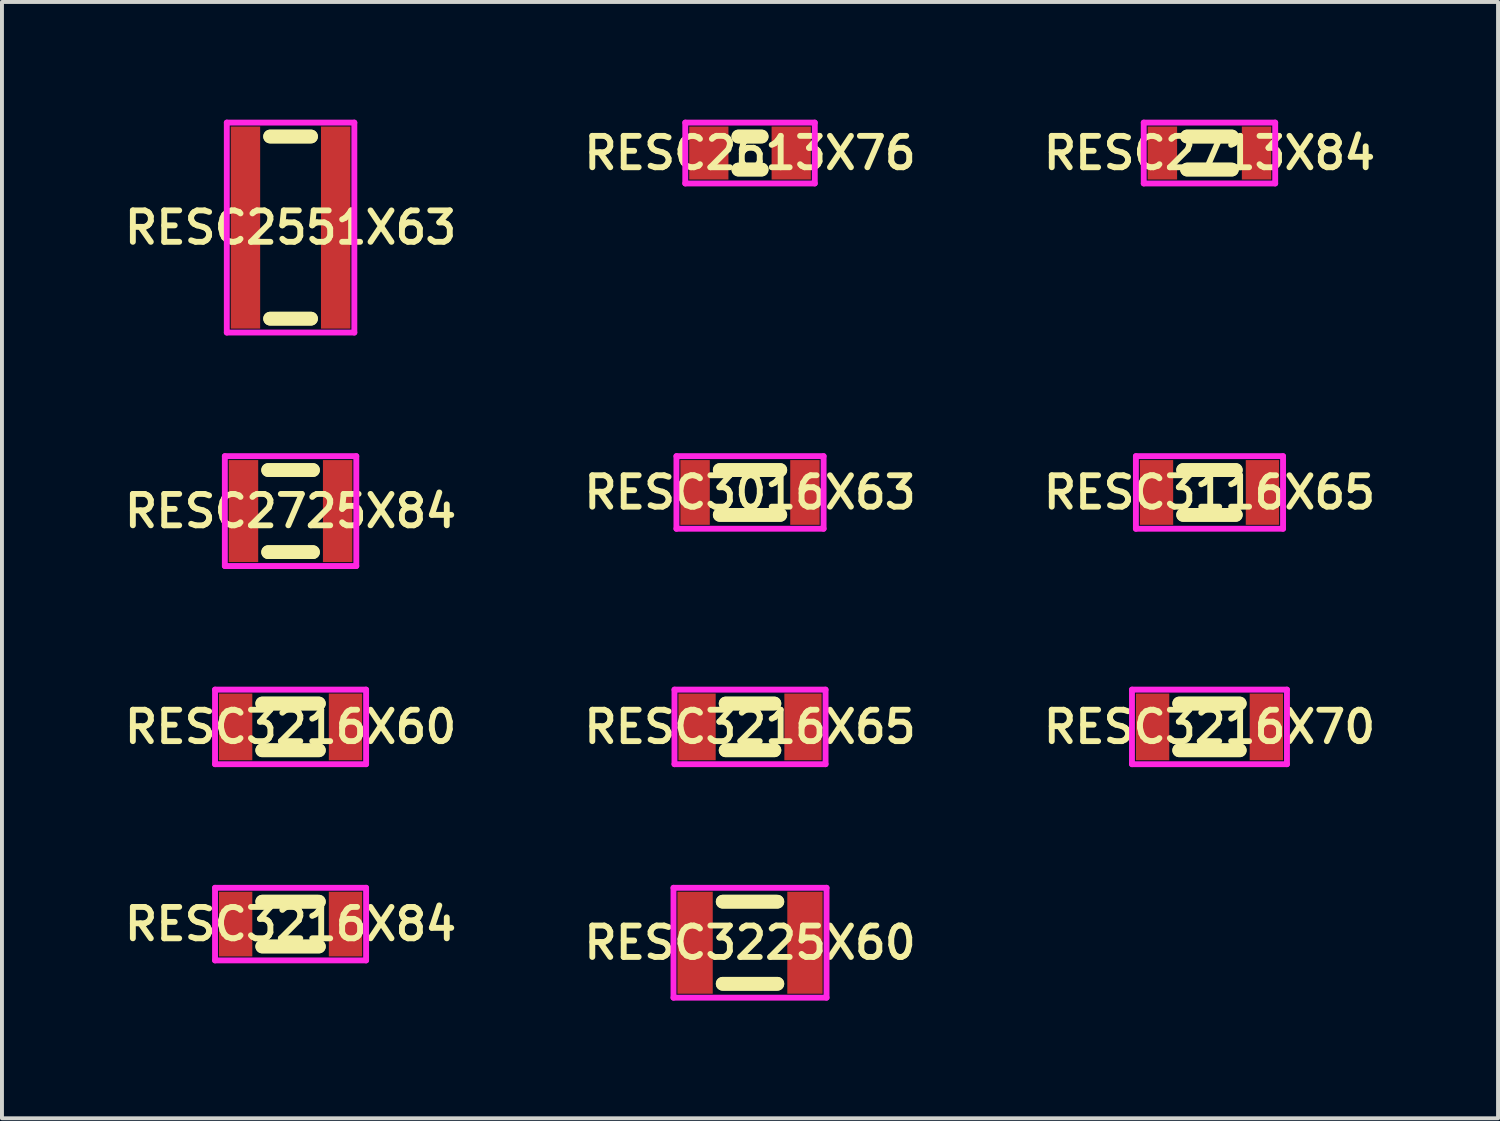
<source format=kicad_pcb>
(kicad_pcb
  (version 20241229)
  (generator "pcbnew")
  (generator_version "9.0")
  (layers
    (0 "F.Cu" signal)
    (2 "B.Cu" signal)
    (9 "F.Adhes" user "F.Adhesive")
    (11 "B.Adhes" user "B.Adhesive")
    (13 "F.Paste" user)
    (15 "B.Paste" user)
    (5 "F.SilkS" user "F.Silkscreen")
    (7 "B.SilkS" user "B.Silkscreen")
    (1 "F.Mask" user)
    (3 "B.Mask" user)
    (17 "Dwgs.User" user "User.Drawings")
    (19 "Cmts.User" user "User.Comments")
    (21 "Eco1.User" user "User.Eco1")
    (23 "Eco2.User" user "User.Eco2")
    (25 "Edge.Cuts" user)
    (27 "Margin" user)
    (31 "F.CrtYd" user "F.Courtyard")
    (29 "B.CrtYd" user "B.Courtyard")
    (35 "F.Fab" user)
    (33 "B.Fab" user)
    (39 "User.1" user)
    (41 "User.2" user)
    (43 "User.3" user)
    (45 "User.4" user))
  (footprint "RESC3216X84"
    (layer "F.Cu")
    (at 4.355 20.5)
    (property "Reference" "RESC3216X84" (at 0 0 0) (layer "F.SilkS") (effects (font (size 0.8 0.8) (thickness 0.15))))
    (attr smd)
    (fp_line (start -0.721 -0.571) (end 0.721 -0.571) (stroke (width 0.35) (type solid)) (layer "F.SilkS"))
    (fp_line (start -0.721 0.571) (end 0.721 0.571) (stroke (width 0.35) (type solid)) (layer "F.SilkS"))
    (fp_line (start 0.721 -0.571) (end -0.721 -0.571) (stroke (width 0.35) (type solid)) (layer "F.SilkS"))
    (fp_line (start 0.721 0.571) (end -0.721 0.571) (stroke (width 0.35) (type solid)) (layer "F.SilkS"))
    (fp_line (start -1.925 -0.925) (end 1.925 -0.925) (stroke (width 0.15) (type solid)) (layer "F.CrtYd"))
    (fp_line (start -1.925 0.925) (end -1.925 -0.925) (stroke (width 0.15) (type solid)) (layer "F.CrtYd"))
    (fp_line (start 1.925 -0.925) (end 1.925 0.925) (stroke (width 0.15) (type solid)) (layer "F.CrtYd"))
    (fp_line (start 1.925 0.925) (end -1.925 0.925) (stroke (width 0.15) (type solid)) (layer "F.CrtYd"))
    (pad "1" smd rect (at -1.4 0) (size 0.85 1.65) (layers "F.Cu" "F.Mask" "F.Paste"))
    (pad "2" smd rect (at 1.4 0) (size 0.85 1.65) (layers "F.Cu" "F.Mask" "F.Paste")))
  (footprint "RESC3216X70"
    (layer "F.Cu")
    (at 27.773 15.475)
    (property "Reference" "RESC3216X70" (at 0 0 0) (layer "F.SilkS") (effects (font (size 0.8 0.8) (thickness 0.15))))
    (attr smd)
    (fp_line (start -0.771 -0.596) (end 0.771 -0.596) (stroke (width 0.35) (type solid)) (layer "F.SilkS"))
    (fp_line (start -0.771 0.596) (end 0.771 0.596) (stroke (width 0.35) (type solid)) (layer "F.SilkS"))
    (fp_line (start 0.771 -0.596) (end -0.771 -0.596) (stroke (width 0.35) (type solid)) (layer "F.SilkS"))
    (fp_line (start 0.771 0.596) (end -0.771 0.596) (stroke (width 0.35) (type solid)) (layer "F.SilkS"))
    (fp_line (start -1.975 -0.95) (end 1.975 -0.95) (stroke (width 0.15) (type solid)) (layer "F.CrtYd"))
    (fp_line (start -1.975 0.95) (end -1.975 -0.95) (stroke (width 0.15) (type solid)) (layer "F.CrtYd"))
    (fp_line (start 1.975 -0.95) (end 1.975 0.95) (stroke (width 0.15) (type solid)) (layer "F.CrtYd"))
    (fp_line (start 1.975 0.95) (end -1.975 0.95) (stroke (width 0.15) (type solid)) (layer "F.CrtYd"))
    (pad "1" smd rect (at -1.45 0) (size 0.85 1.7) (layers "F.Cu" "F.Mask" "F.Paste"))
    (pad "2" smd rect (at 1.45 0) (size 0.85 1.7) (layers "F.Cu" "F.Mask" "F.Paste")))
  (footprint "RESC3216X60"
    (layer "F.Cu")
    (at 4.355 15.475)
    (property "Reference" "RESC3216X60" (at 0 0 0) (layer "F.SilkS") (effects (font (size 0.8 0.8) (thickness 0.15))))
    (attr smd)
    (fp_line (start -0.721 -0.596) (end 0.721 -0.596) (stroke (width 0.35) (type solid)) (layer "F.SilkS"))
    (fp_line (start -0.721 0.596) (end 0.721 0.596) (stroke (width 0.35) (type solid)) (layer "F.SilkS"))
    (fp_line (start 0.721 -0.596) (end -0.721 -0.596) (stroke (width 0.35) (type solid)) (layer "F.SilkS"))
    (fp_line (start 0.721 0.596) (end -0.721 0.596) (stroke (width 0.35) (type solid)) (layer "F.SilkS"))
    (fp_line (start -1.925 -0.95) (end 1.925 -0.95) (stroke (width 0.15) (type solid)) (layer "F.CrtYd"))
    (fp_line (start -1.925 0.95) (end -1.925 -0.95) (stroke (width 0.15) (type solid)) (layer "F.CrtYd"))
    (fp_line (start 1.925 -0.95) (end 1.925 0.95) (stroke (width 0.15) (type solid)) (layer "F.CrtYd"))
    (fp_line (start 1.925 0.95) (end -1.925 0.95) (stroke (width 0.15) (type solid)) (layer "F.CrtYd"))
    (pad "1" smd rect (at -1.4 0) (size 0.85 1.7) (layers "F.Cu" "F.Mask" "F.Paste"))
    (pad "2" smd rect (at 1.4 0) (size 0.85 1.7) (layers "F.Cu" "F.Mask" "F.Paste")))
  (footprint "RESC2713X84"
    (layer "F.Cu")
    (at 27.773 0.85)
    (property "Reference" "RESC2713X84" (at 0 0 0) (layer "F.SilkS") (effects (font (size 0.8 0.8) (thickness 0.15))))
    (attr smd)
    (fp_line (start -0.571 -0.421) (end 0.571 -0.421) (stroke (width 0.35) (type solid)) (layer "F.SilkS"))
    (fp_line (start -0.571 0.421) (end 0.571 0.421) (stroke (width 0.35) (type solid)) (layer "F.SilkS"))
    (fp_line (start 0.571 -0.421) (end -0.571 -0.421) (stroke (width 0.35) (type solid)) (layer "F.SilkS"))
    (fp_line (start 0.571 0.421) (end -0.571 0.421) (stroke (width 0.35) (type solid)) (layer "F.SilkS"))
    (fp_line (start -1.675 -0.775) (end 1.675 -0.775) (stroke (width 0.15) (type solid)) (layer "F.CrtYd"))
    (fp_line (start -1.675 0.775) (end -1.675 -0.775) (stroke (width 0.15) (type solid)) (layer "F.CrtYd"))
    (fp_line (start 1.675 -0.775) (end 1.675 0.775) (stroke (width 0.15) (type solid)) (layer "F.CrtYd"))
    (fp_line (start 1.675 0.775) (end -1.675 0.775) (stroke (width 0.15) (type solid)) (layer "F.CrtYd"))
    (pad "1" smd rect (at -1.2 0) (size 0.75 1.35) (layers "F.Cu" "F.Mask" "F.Paste"))
    (pad "2" smd rect (at 1.2 0) (size 0.75 1.35) (layers "F.Cu" "F.Mask" "F.Paste")))
  (footprint "RESC3016X63"
    (layer "F.Cu")
    (at 16.064 9.5)
    (property "Reference" "RESC3016X63" (at 0 0 0) (layer "F.SilkS") (effects (font (size 0.8 0.8) (thickness 0.15))))
    (attr smd)
    (fp_line (start -0.771 -0.571) (end 0.771 -0.571) (stroke (width 0.35) (type solid)) (layer "F.SilkS"))
    (fp_line (start -0.771 0.571) (end 0.771 0.571) (stroke (width 0.35) (type solid)) (layer "F.SilkS"))
    (fp_line (start 0.771 -0.571) (end -0.771 -0.571) (stroke (width 0.35) (type solid)) (layer "F.SilkS"))
    (fp_line (start 0.771 0.571) (end -0.771 0.571) (stroke (width 0.35) (type solid)) (layer "F.SilkS"))
    (fp_line (start -1.875 -0.925) (end 1.875 -0.925) (stroke (width 0.15) (type solid)) (layer "F.CrtYd"))
    (fp_line (start -1.875 0.925) (end -1.875 -0.925) (stroke (width 0.15) (type solid)) (layer "F.CrtYd"))
    (fp_line (start 1.875 -0.925) (end 1.875 0.925) (stroke (width 0.15) (type solid)) (layer "F.CrtYd"))
    (fp_line (start 1.875 0.925) (end -1.875 0.925) (stroke (width 0.15) (type solid)) (layer "F.CrtYd"))
    (pad "1" smd rect (at -1.4 0) (size 0.75 1.65) (layers "F.Cu" "F.Mask" "F.Paste"))
    (pad "2" smd rect (at 1.4 0) (size 0.75 1.65) (layers "F.Cu" "F.Mask" "F.Paste")))
  (footprint "RESC2613X76"
    (layer "F.Cu")
    (at 16.064 0.85)
    (property "Reference" "RESC2613X76" (at 0 0 0) (layer "F.SilkS") (effects (font (size 0.8 0.8) (thickness 0.15))))
    (attr smd)
    (fp_line (start -0.296 -0.421) (end 0.296 -0.421) (stroke (width 0.35) (type solid)) (layer "F.SilkS"))
    (fp_line (start -0.296 0.421) (end 0.296 0.421) (stroke (width 0.35) (type solid)) (layer "F.SilkS"))
    (fp_line (start 0.296 -0.421) (end -0.296 -0.421) (stroke (width 0.35) (type solid)) (layer "F.SilkS"))
    (fp_line (start 0.296 0.421) (end -0.296 0.421) (stroke (width 0.35) (type solid)) (layer "F.SilkS"))
    (fp_line (start -1.65 -0.775) (end 1.65 -0.775) (stroke (width 0.15) (type solid)) (layer "F.CrtYd"))
    (fp_line (start -1.65 0.775) (end -1.65 -0.775) (stroke (width 0.15) (type solid)) (layer "F.CrtYd"))
    (fp_line (start 1.65 -0.775) (end 1.65 0.775) (stroke (width 0.15) (type solid)) (layer "F.CrtYd"))
    (fp_line (start 1.65 0.775) (end -1.65 0.775) (stroke (width 0.15) (type solid)) (layer "F.CrtYd"))
    (pad "1" smd rect (at -1.05 0) (size 1 1.35) (layers "F.Cu" "F.Mask" "F.Paste"))
    (pad "2" smd rect (at 1.05 0) (size 1 1.35) (layers "F.Cu" "F.Mask" "F.Paste")))
  (footprint "RESC3225X60"
    (layer "F.Cu")
    (at 16.064 20.975)
    (property "Reference" "RESC3225X60" (at 0 0 0) (layer "F.SilkS") (effects (font (size 0.8 0.8) (thickness 0.15))))
    (attr smd)
    (fp_line (start -0.696 -1.046) (end 0.696 -1.046) (stroke (width 0.35) (type solid)) (layer "F.SilkS"))
    (fp_line (start -0.696 1.046) (end 0.696 1.046) (stroke (width 0.35) (type solid)) (layer "F.SilkS"))
    (fp_line (start 0.696 -1.046) (end -0.696 -1.046) (stroke (width 0.35) (type solid)) (layer "F.SilkS"))
    (fp_line (start 0.696 1.046) (end -0.696 1.046) (stroke (width 0.35) (type solid)) (layer "F.SilkS"))
    (fp_line (start -1.95 -1.4) (end 1.95 -1.4) (stroke (width 0.15) (type solid)) (layer "F.CrtYd"))
    (fp_line (start -1.95 1.4) (end -1.95 -1.4) (stroke (width 0.15) (type solid)) (layer "F.CrtYd"))
    (fp_line (start 1.95 -1.4) (end 1.95 1.4) (stroke (width 0.15) (type solid)) (layer "F.CrtYd"))
    (fp_line (start 1.95 1.4) (end -1.95 1.4) (stroke (width 0.15) (type solid)) (layer "F.CrtYd"))
    (pad "1" smd rect (at -1.4 0) (size 0.9 2.6) (layers "F.Cu" "F.Mask" "F.Paste"))
    (pad "2" smd rect (at 1.4 0) (size 0.9 2.6) (layers "F.Cu" "F.Mask" "F.Paste")))
  (footprint "RESC3116X65"
    (layer "F.Cu")
    (at 27.773 9.5)
    (property "Reference" "RESC3116X65" (at 0 0 0) (layer "F.SilkS") (effects (font (size 0.8 0.8) (thickness 0.15))))
    (attr smd)
    (fp_line (start -0.671 -0.571) (end 0.671 -0.571) (stroke (width 0.35) (type solid)) (layer "F.SilkS"))
    (fp_line (start -0.671 0.571) (end 0.671 0.571) (stroke (width 0.35) (type solid)) (layer "F.SilkS"))
    (fp_line (start 0.671 -0.571) (end -0.671 -0.571) (stroke (width 0.35) (type solid)) (layer "F.SilkS"))
    (fp_line (start 0.671 0.571) (end -0.671 0.571) (stroke (width 0.35) (type solid)) (layer "F.SilkS"))
    (fp_line (start -1.875 -0.925) (end 1.875 -0.925) (stroke (width 0.15) (type solid)) (layer "F.CrtYd"))
    (fp_line (start -1.875 0.925) (end -1.875 -0.925) (stroke (width 0.15) (type solid)) (layer "F.CrtYd"))
    (fp_line (start 1.875 -0.925) (end 1.875 0.925) (stroke (width 0.15) (type solid)) (layer "F.CrtYd"))
    (fp_line (start 1.875 0.925) (end -1.875 0.925) (stroke (width 0.15) (type solid)) (layer "F.CrtYd"))
    (pad "1" smd rect (at -1.35 0) (size 0.85 1.65) (layers "F.Cu" "F.Mask" "F.Paste"))
    (pad "2" smd rect (at 1.35 0) (size 0.85 1.65) (layers "F.Cu" "F.Mask" "F.Paste")))
  (footprint "RESC2725X84"
    (layer "F.Cu")
    (at 4.355 9.975)
    (property "Reference" "RESC2725X84" (at 0 0 0) (layer "F.SilkS") (effects (font (size 0.8 0.8) (thickness 0.15))))
    (attr smd)
    (fp_line (start -0.571 -1.046) (end 0.571 -1.046) (stroke (width 0.35) (type solid)) (layer "F.SilkS"))
    (fp_line (start -0.571 1.046) (end 0.571 1.046) (stroke (width 0.35) (type solid)) (layer "F.SilkS"))
    (fp_line (start 0.571 -1.046) (end -0.571 -1.046) (stroke (width 0.35) (type solid)) (layer "F.SilkS"))
    (fp_line (start 0.571 1.046) (end -0.571 1.046) (stroke (width 0.35) (type solid)) (layer "F.SilkS"))
    (fp_line (start -1.675 -1.4) (end 1.675 -1.4) (stroke (width 0.15) (type solid)) (layer "F.CrtYd"))
    (fp_line (start -1.675 1.4) (end -1.675 -1.4) (stroke (width 0.15) (type solid)) (layer "F.CrtYd"))
    (fp_line (start 1.675 -1.4) (end 1.675 1.4) (stroke (width 0.15) (type solid)) (layer "F.CrtYd"))
    (fp_line (start 1.675 1.4) (end -1.675 1.4) (stroke (width 0.15) (type solid)) (layer "F.CrtYd"))
    (pad "1" smd rect (at -1.2 0) (size 0.75 2.6) (layers "F.Cu" "F.Mask" "F.Paste"))
    (pad "2" smd rect (at 1.2 0) (size 0.75 2.6) (layers "F.Cu" "F.Mask" "F.Paste")))
  (footprint "RESC3216X65"
    (layer "F.Cu")
    (at 16.064 15.475)
    (property "Reference" "RESC3216X65" (at 0 0 0) (layer "F.SilkS") (effects (font (size 0.8 0.8) (thickness 0.15))))
    (attr smd)
    (fp_line (start -0.621 -0.596) (end 0.621 -0.596) (stroke (width 0.35) (type solid)) (layer "F.SilkS"))
    (fp_line (start -0.621 0.596) (end 0.621 0.596) (stroke (width 0.35) (type solid)) (layer "F.SilkS"))
    (fp_line (start 0.621 -0.596) (end -0.621 -0.596) (stroke (width 0.35) (type solid)) (layer "F.SilkS"))
    (fp_line (start 0.621 0.596) (end -0.621 0.596) (stroke (width 0.35) (type solid)) (layer "F.SilkS"))
    (fp_line (start -1.925 -0.95) (end 1.925 -0.95) (stroke (width 0.15) (type solid)) (layer "F.CrtYd"))
    (fp_line (start -1.925 0.95) (end -1.925 -0.95) (stroke (width 0.15) (type solid)) (layer "F.CrtYd"))
    (fp_line (start 1.925 -0.95) (end 1.925 0.95) (stroke (width 0.15) (type solid)) (layer "F.CrtYd"))
    (fp_line (start 1.925 0.95) (end -1.925 0.95) (stroke (width 0.15) (type solid)) (layer "F.CrtYd"))
    (pad "1" smd rect (at -1.35 0) (size 0.95 1.7) (layers "F.Cu" "F.Mask" "F.Paste"))
    (pad "2" smd rect (at 1.35 0) (size 0.95 1.7) (layers "F.Cu" "F.Mask" "F.Paste")))
  (footprint "RESC2551X63"
    (layer "F.Cu")
    (at 4.355 2.75)
    (property "Reference" "RESC2551X63" (at 0 0 0) (layer "F.SilkS") (effects (font (size 0.8 0.8) (thickness 0.15))))
    (attr smd)
    (fp_line (start -0.521 -2.321) (end 0.521 -2.321) (stroke (width 0.35) (type solid)) (layer "F.SilkS"))
    (fp_line (start -0.521 2.321) (end 0.521 2.321) (stroke (width 0.35) (type solid)) (layer "F.SilkS"))
    (fp_line (start 0.521 -2.321) (end -0.521 -2.321) (stroke (width 0.35) (type solid)) (layer "F.SilkS"))
    (fp_line (start 0.521 2.321) (end -0.521 2.321) (stroke (width 0.35) (type solid)) (layer "F.SilkS"))
    (fp_line (start -1.625 -2.675) (end 1.625 -2.675) (stroke (width 0.15) (type solid)) (layer "F.CrtYd"))
    (fp_line (start -1.625 2.675) (end -1.625 -2.675) (stroke (width 0.15) (type solid)) (layer "F.CrtYd"))
    (fp_line (start 1.625 -2.675) (end 1.625 2.675) (stroke (width 0.15) (type solid)) (layer "F.CrtYd"))
    (fp_line (start 1.625 2.675) (end -1.625 2.675) (stroke (width 0.15) (type solid)) (layer "F.CrtYd"))
    (pad "1" smd rect (at -1.15 0) (size 0.75 5.15) (layers "F.Cu" "F.Mask" "F.Paste"))
    (pad "2" smd rect (at 1.15 0) (size 0.75 5.15) (layers "F.Cu" "F.Mask" "F.Paste")))
  (gr_rect
    (start -3 -3)
    (end 35.127 25.45)
    (stroke (width 0.1) (type default))
    (fill no)
    (layer "Edge.Cuts")))
</source>
